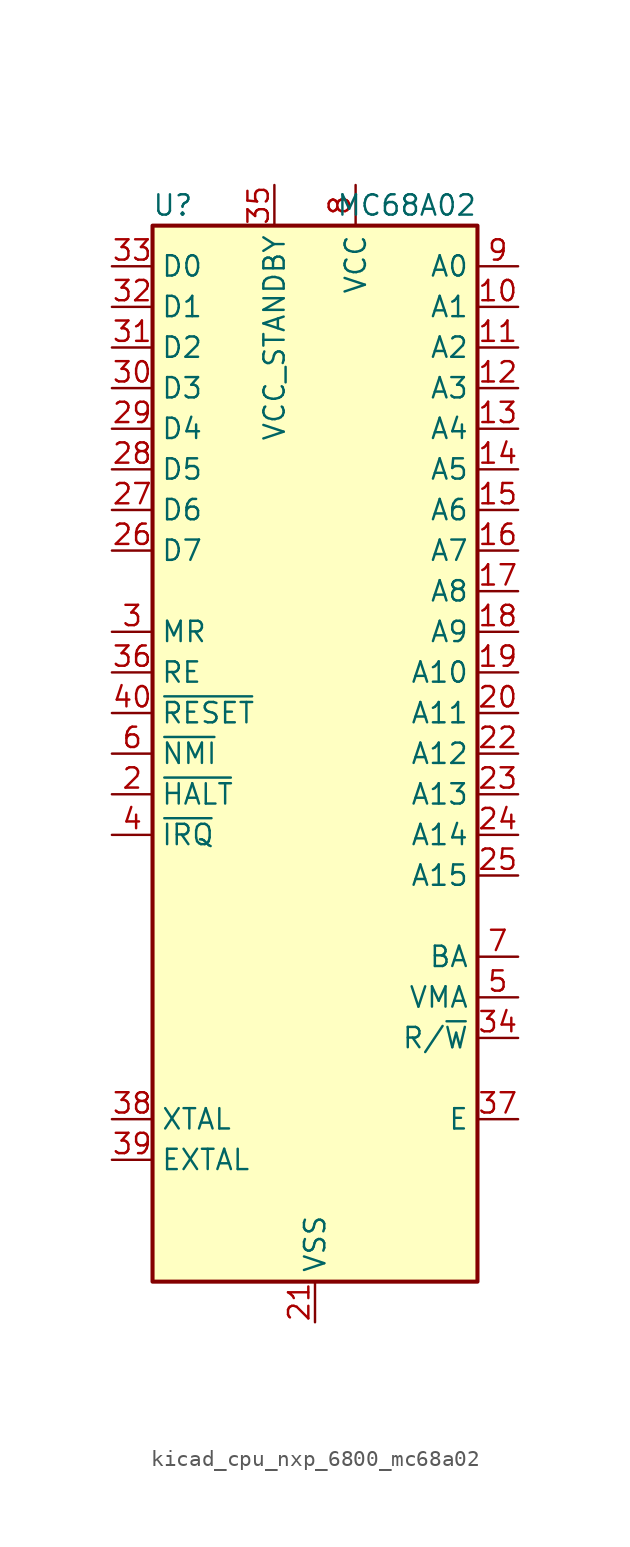
<source format=kicad_sym>
(kicad_symbol_lib
  (version 20220914)
  (generator kicad_symbol_editor)
  (symbol "kicad_cpu_nxp_6800_mc68a02"
    (property "Reference" "U"
      (at -8.89 34.29 0)
      (effects (font (size 1.27 1.27))))
    (property "Value" "MC68A02"
      (at 10.16 34.29 0)
      (effects (font (size 1.27 1.27)) (justify right)))
    (symbol "kicad_cpu_nxp_6800_mc68a02_0_1"
      (rectangle (start -10.16 -33.02) (end 10.16 33.02) (stroke (width 0.254) (type default)) (fill (type background))))
    (symbol "kicad_cpu_nxp_6800_mc68a02_1_1"
      (pin passive line (at 0 -35.56 90) (length 2.54) hide (name "VSS" (effects (font (size 1.27 1.27)))) (number "1" (effects (font (size 1.27 1.27)))))
      (pin output line (at 12.7 27.94 180) (length 2.54) (name "A1" (effects (font (size 1.27 1.27)))) (number "10" (effects (font (size 1.27 1.27)))))
      (pin output line (at 12.7 25.4 180) (length 2.54) (name "A2" (effects (font (size 1.27 1.27)))) (number "11" (effects (font (size 1.27 1.27)))))
      (pin output line (at 12.7 22.86 180) (length 2.54) (name "A3" (effects (font (size 1.27 1.27)))) (number "12" (effects (font (size 1.27 1.27)))))
      (pin output line (at 12.7 20.32 180) (length 2.54) (name "A4" (effects (font (size 1.27 1.27)))) (number "13" (effects (font (size 1.27 1.27)))))
      (pin output line (at 12.7 17.78 180) (length 2.54) (name "A5" (effects (font (size 1.27 1.27)))) (number "14" (effects (font (size 1.27 1.27)))))
      (pin output line (at 12.7 15.24 180) (length 2.54) (name "A6" (effects (font (size 1.27 1.27)))) (number "15" (effects (font (size 1.27 1.27)))))
      (pin output line (at 12.7 12.7 180) (length 2.54) (name "A7" (effects (font (size 1.27 1.27)))) (number "16" (effects (font (size 1.27 1.27)))))
      (pin output line (at 12.7 10.16 180) (length 2.54) (name "A8" (effects (font (size 1.27 1.27)))) (number "17" (effects (font (size 1.27 1.27)))))
      (pin output line (at 12.7 7.62 180) (length 2.54) (name "A9" (effects (font (size 1.27 1.27)))) (number "18" (effects (font (size 1.27 1.27)))))
      (pin output line (at 12.7 5.08 180) (length 2.54) (name "A10" (effects (font (size 1.27 1.27)))) (number "19" (effects (font (size 1.27 1.27)))))
      (pin input line (at -12.7 -2.54 0) (length 2.54) (name "~{HALT}" (effects (font (size 1.27 1.27)))) (number "2" (effects (font (size 1.27 1.27)))))
      (pin output line (at 12.7 2.54 180) (length 2.54) (name "A11" (effects (font (size 1.27 1.27)))) (number "20" (effects (font (size 1.27 1.27)))))
      (pin power_in line (at 0 -35.56 90) (length 2.54) (name "VSS" (effects (font (size 1.27 1.27)))) (number "21" (effects (font (size 1.27 1.27)))))
      (pin output line (at 12.7 0 180) (length 2.54) (name "A12" (effects (font (size 1.27 1.27)))) (number "22" (effects (font (size 1.27 1.27)))))
      (pin output line (at 12.7 -2.54 180) (length 2.54) (name "A13" (effects (font (size 1.27 1.27)))) (number "23" (effects (font (size 1.27 1.27)))))
      (pin output line (at 12.7 -5.08 180) (length 2.54) (name "A14" (effects (font (size 1.27 1.27)))) (number "24" (effects (font (size 1.27 1.27)))))
      (pin output line (at 12.7 -7.62 180) (length 2.54) (name "A15" (effects (font (size 1.27 1.27)))) (number "25" (effects (font (size 1.27 1.27)))))
      (pin bidirectional line (at -12.7 12.7 0) (length 2.54) (name "D7" (effects (font (size 1.27 1.27)))) (number "26" (effects (font (size 1.27 1.27)))))
      (pin bidirectional line (at -12.7 15.24 0) (length 2.54) (name "D6" (effects (font (size 1.27 1.27)))) (number "27" (effects (font (size 1.27 1.27)))))
      (pin bidirectional line (at -12.7 17.78 0) (length 2.54) (name "D5" (effects (font (size 1.27 1.27)))) (number "28" (effects (font (size 1.27 1.27)))))
      (pin bidirectional line (at -12.7 20.32 0) (length 2.54) (name "D4" (effects (font (size 1.27 1.27)))) (number "29" (effects (font (size 1.27 1.27)))))
      (pin input line (at -12.7 7.62 0) (length 2.54) (name "MR" (effects (font (size 1.27 1.27)))) (number "3" (effects (font (size 1.27 1.27)))))
      (pin bidirectional line (at -12.7 22.86 0) (length 2.54) (name "D3" (effects (font (size 1.27 1.27)))) (number "30" (effects (font (size 1.27 1.27)))))
      (pin bidirectional line (at -12.7 25.4 0) (length 2.54) (name "D2" (effects (font (size 1.27 1.27)))) (number "31" (effects (font (size 1.27 1.27)))))
      (pin bidirectional line (at -12.7 27.94 0) (length 2.54) (name "D1" (effects (font (size 1.27 1.27)))) (number "32" (effects (font (size 1.27 1.27)))))
      (pin bidirectional line (at -12.7 30.48 0) (length 2.54) (name "D0" (effects (font (size 1.27 1.27)))) (number "33" (effects (font (size 1.27 1.27)))))
      (pin output line (at 12.7 -17.78 180) (length 2.54) (name "R/~{W}" (effects (font (size 1.27 1.27)))) (number "34" (effects (font (size 1.27 1.27)))))
      (pin power_in line (at -2.54 35.56 270) (length 2.54) (name "VCC_STANDBY" (effects (font (size 1.27 1.27)))) (number "35" (effects (font (size 1.27 1.27)))))
      (pin input line (at -12.7 5.08 0) (length 2.54) (name "RE" (effects (font (size 1.27 1.27)))) (number "36" (effects (font (size 1.27 1.27)))))
      (pin output line (at 12.7 -22.86 180) (length 2.54) (name "E" (effects (font (size 1.27 1.27)))) (number "37" (effects (font (size 1.27 1.27)))))
      (pin passive line (at -12.7 -22.86 0) (length 2.54) (name "XTAL" (effects (font (size 1.27 1.27)))) (number "38" (effects (font (size 1.27 1.27)))))
      (pin passive line (at -12.7 -25.4 0) (length 2.54) (name "EXTAL" (effects (font (size 1.27 1.27)))) (number "39" (effects (font (size 1.27 1.27)))))
      (pin input line (at -12.7 -5.08 0) (length 2.54) (name "~{IRQ}" (effects (font (size 1.27 1.27)))) (number "4" (effects (font (size 1.27 1.27)))))
      (pin input line (at -12.7 2.54 0) (length 2.54) (name "~{RESET}" (effects (font (size 1.27 1.27)))) (number "40" (effects (font (size 1.27 1.27)))))
      (pin output line (at 12.7 -15.24 180) (length 2.54) (name "VMA" (effects (font (size 1.27 1.27)))) (number "5" (effects (font (size 1.27 1.27)))))
      (pin input line (at -12.7 0 0) (length 2.54) (name "~{NMI}" (effects (font (size 1.27 1.27)))) (number "6" (effects (font (size 1.27 1.27)))))
      (pin output line (at 12.7 -12.7 180) (length 2.54) (name "BA" (effects (font (size 1.27 1.27)))) (number "7" (effects (font (size 1.27 1.27)))))
      (pin power_in line (at 2.54 35.56 270) (length 2.54) (name "VCC" (effects (font (size 1.27 1.27)))) (number "8" (effects (font (size 1.27 1.27)))))
      (pin output line (at 12.7 30.48 180) (length 2.54) (name "A0" (effects (font (size 1.27 1.27)))) (number "9" (effects (font (size 1.27 1.27))))))))
</source>
